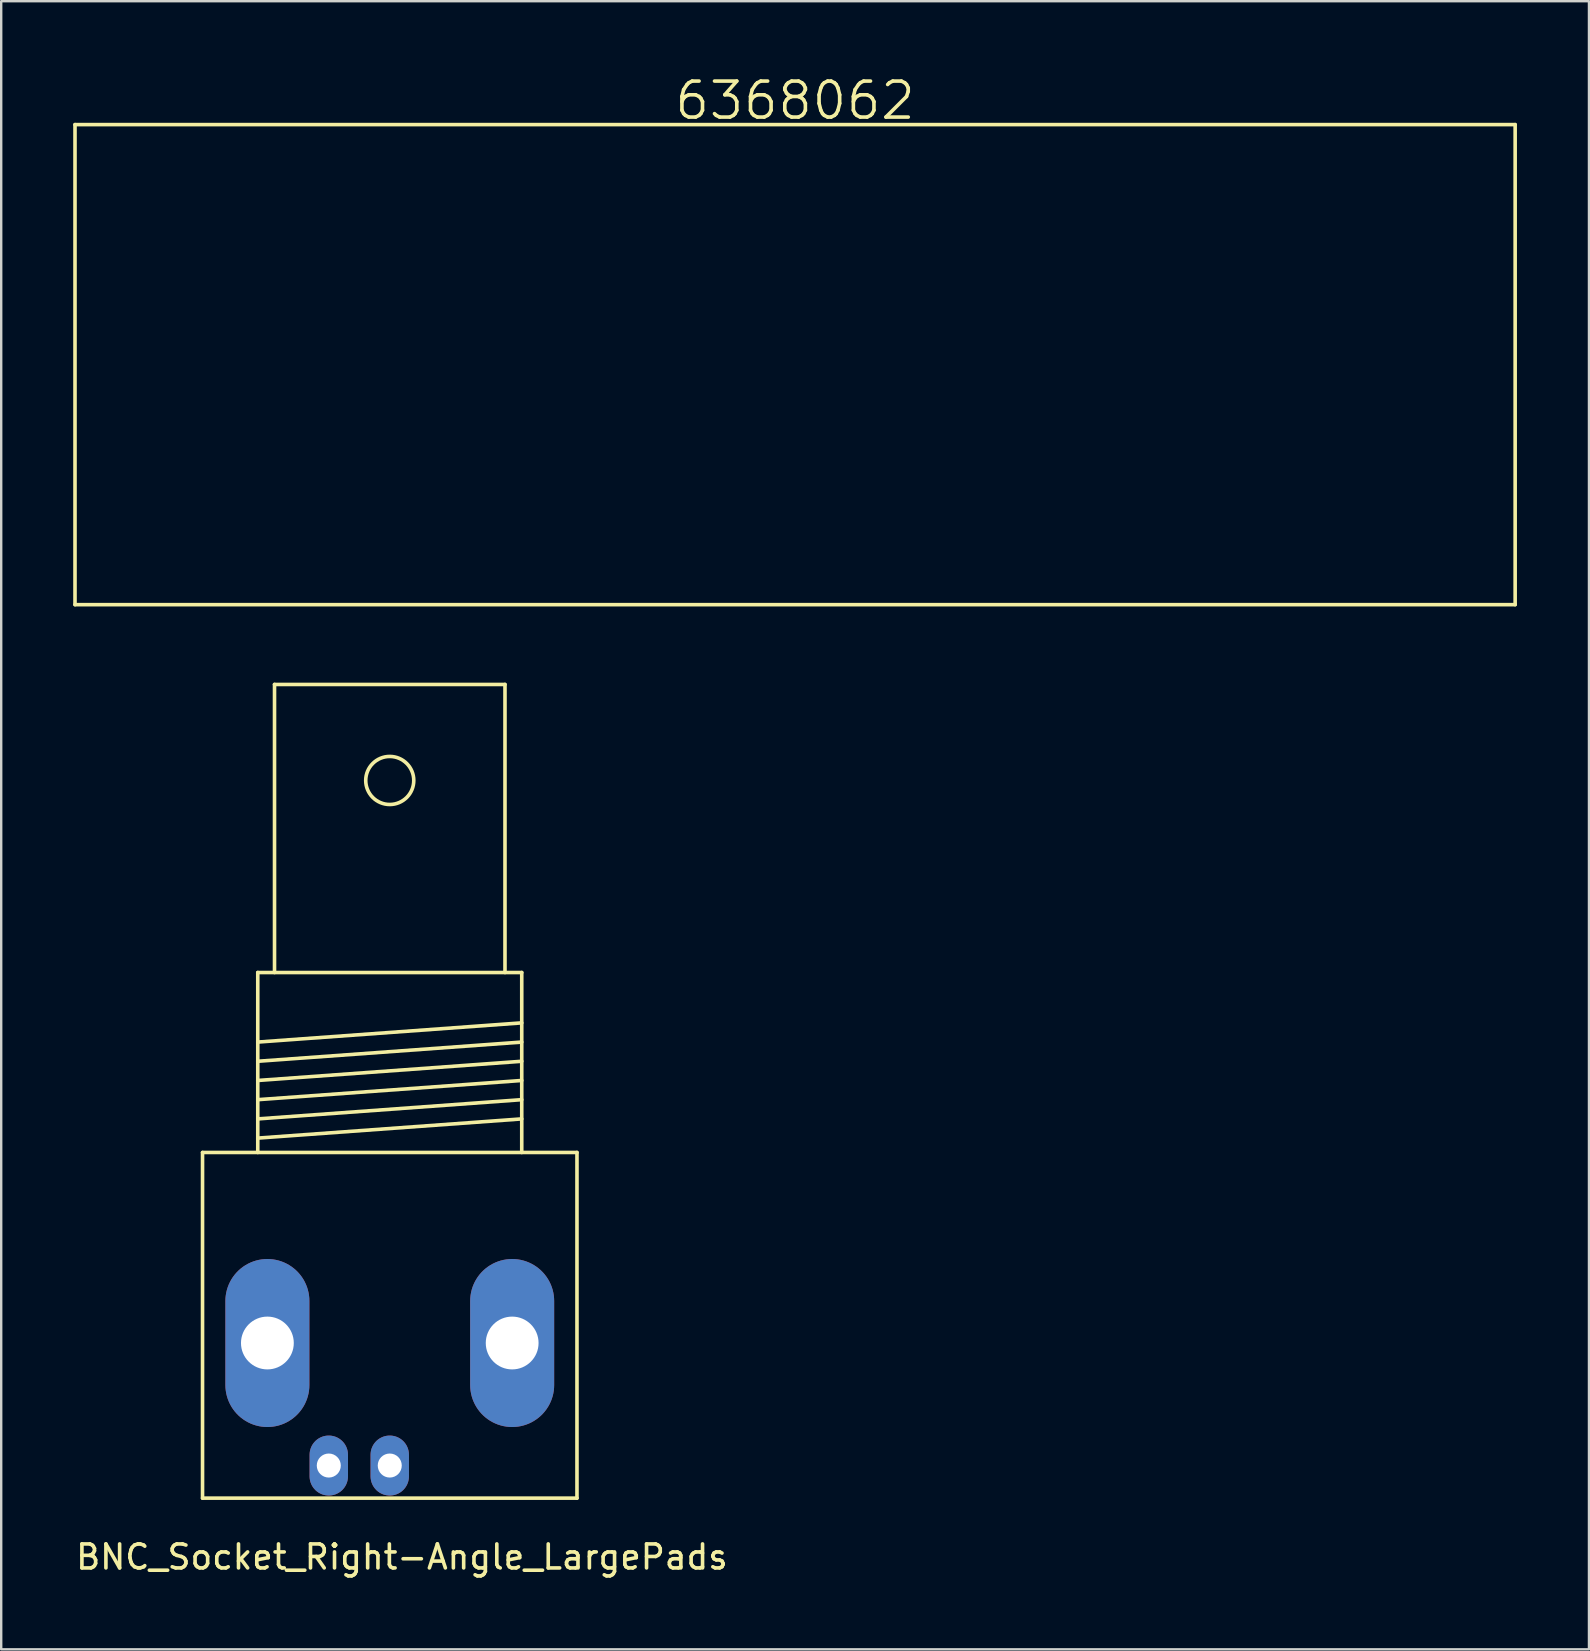
<source format=kicad_pcb>
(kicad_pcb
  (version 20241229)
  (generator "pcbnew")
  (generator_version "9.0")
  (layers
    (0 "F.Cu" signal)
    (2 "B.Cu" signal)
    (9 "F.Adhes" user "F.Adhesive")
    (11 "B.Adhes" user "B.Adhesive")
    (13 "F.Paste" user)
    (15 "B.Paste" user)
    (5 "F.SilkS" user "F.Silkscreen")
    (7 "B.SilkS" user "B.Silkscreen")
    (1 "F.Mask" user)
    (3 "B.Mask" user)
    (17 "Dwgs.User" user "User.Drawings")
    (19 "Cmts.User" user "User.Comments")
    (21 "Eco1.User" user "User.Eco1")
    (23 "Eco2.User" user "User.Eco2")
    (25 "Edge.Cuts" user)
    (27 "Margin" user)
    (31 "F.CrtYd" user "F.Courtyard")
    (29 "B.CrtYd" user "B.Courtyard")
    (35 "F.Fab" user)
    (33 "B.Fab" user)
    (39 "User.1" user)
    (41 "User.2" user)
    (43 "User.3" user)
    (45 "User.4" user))
  (footprint "BNC_Socket_Right-Angle_LargePads"
    (layer "F.Cu")
    (at 13.188 52.928)
    (property "Reference" "BNC_Socket_Right-Angle_LargePads" (at 0.508 8.89 0) (layer "F.SilkS") (effects (font (size 1 1) (thickness 0.15))))
    (attr through_hole)
    (fp_line (start -7.8 -7.963) (end -7.8 6.439) (stroke (width 0.15) (type solid)) (layer "F.SilkS"))
    (fp_line (start -7.8 6.439) (end 7.8 6.439) (stroke (width 0.15) (type solid)) (layer "F.SilkS"))
    (fp_line (start -5.499 -15.461) (end -5.499 -7.963) (stroke (width 0.15) (type solid)) (layer "F.SilkS"))
    (fp_line (start -5.499 -12.563) (end 5.499 -13.363) (stroke (width 0.15) (type solid)) (layer "F.SilkS"))
    (fp_line (start -5.499 -11.763) (end 5.499 -12.563) (stroke (width 0.15) (type solid)) (layer "F.SilkS"))
    (fp_line (start -5.499 -10.963) (end 5.499 -11.763) (stroke (width 0.15) (type solid)) (layer "F.SilkS"))
    (fp_line (start -5.499 -10.163) (end 5.499 -10.963) (stroke (width 0.15) (type solid)) (layer "F.SilkS"))
    (fp_line (start -5.499 -9.362) (end 5.499 -10.163) (stroke (width 0.15) (type solid)) (layer "F.SilkS"))
    (fp_line (start -5.499 -8.562) (end 5.499 -9.362) (stroke (width 0.15) (type solid)) (layer "F.SilkS"))
    (fp_line (start -4.801 -27.462) (end -4.801 -15.461) (stroke (width 0.15) (type solid)) (layer "F.SilkS"))
    (fp_line (start 4.801 -27.462) (end -4.801 -27.462) (stroke (width 0.15) (type solid)) (layer "F.SilkS"))
    (fp_line (start 4.801 -15.461) (end 4.801 -27.462) (stroke (width 0.15) (type solid)) (layer "F.SilkS"))
    (fp_line (start 5.499 -15.461) (end -5.499 -15.461) (stroke (width 0.15) (type solid)) (layer "F.SilkS"))
    (fp_line (start 5.499 -7.963) (end 5.499 -15.461) (stroke (width 0.15) (type solid)) (layer "F.SilkS"))
    (fp_line (start 7.8 -7.963) (end -7.8 -7.963) (stroke (width 0.15) (type solid)) (layer "F.SilkS"))
    (fp_line (start 7.8 6.439) (end 7.8 -7.963) (stroke (width 0.15) (type solid)) (layer "F.SilkS"))
    (fp_circle (center 0 -23.462) (end 1.001 -23.462) (stroke (width 0.15) (type solid)) (fill no) (layer "F.SilkS"))
    (pad "1" thru_hole oval (at 0 5.08) (size 1.6 2.499) (drill 1.001) (layers "*.Cu" "*.Mask"))
    (pad "2" thru_hole oval (at -5.098 -0.025) (size 3.5 7) (drill 2.2) (layers "*.Cu" "*.Mask"))
    (pad "2" thru_hole oval (at -2.54 5.08) (size 1.6 2.499) (drill 1.001) (layers "*.Cu" "*.Mask"))
    (pad "2" thru_hole oval (at 5.1 -0.025) (size 3.5 7) (drill 2.2) (layers "*.Cu" "*.Mask")))
  (footprint "6368062"
    (layer "F.Cu")
    (at 30.075 22.141)
    (property "Reference" "6368062" (at 0 -21 0) (layer "F.SilkS") (effects (font (size 1.5 1.5) (thickness 0.15))))
    (attr through_hole)
    (fp_line (start -30 -20) (end 30 -20) (stroke (width 0.15) (type solid)) (layer "F.SilkS"))
    (fp_line (start -30 0) (end -30 -20) (stroke (width 0.15) (type solid)) (layer "F.SilkS"))
    (fp_line (start 30 -20) (end 30 0) (stroke (width 0.15) (type solid)) (layer "F.SilkS"))
    (fp_line (start 30 0) (end -30 0) (stroke (width 0.15) (type solid)) (layer "F.SilkS")))
  (gr_rect
    (start -3 -3)
    (end 63.15 65.666)
    (stroke (width 0.1) (type default))
    (fill no)
    (layer "Edge.Cuts")))
</source>
